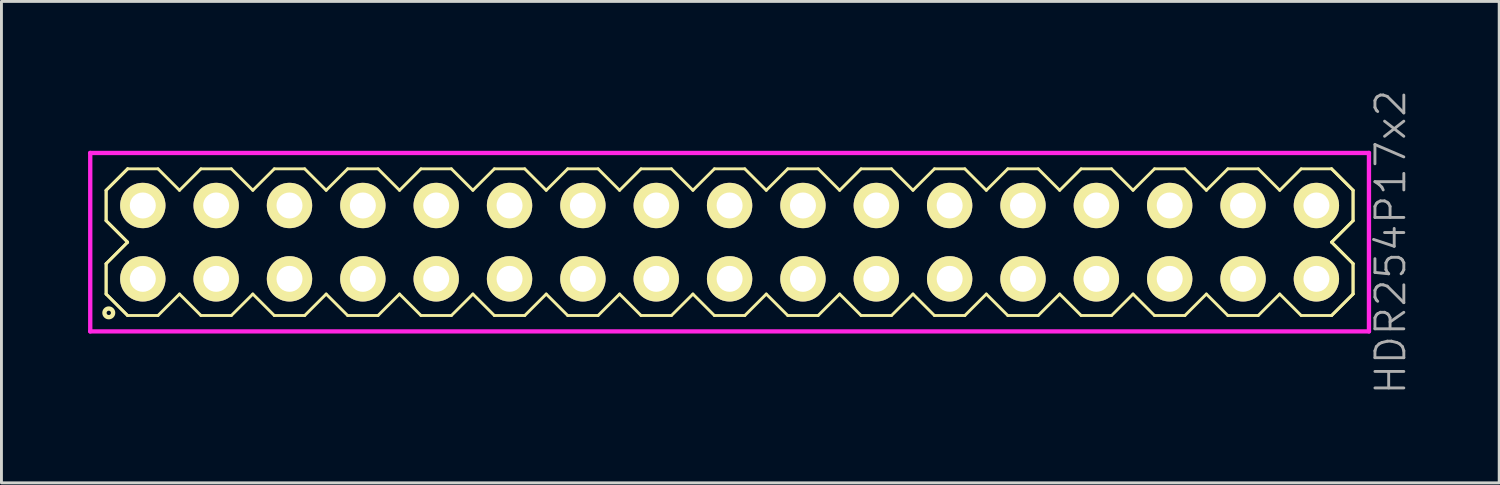
<source format=kicad_pcb>
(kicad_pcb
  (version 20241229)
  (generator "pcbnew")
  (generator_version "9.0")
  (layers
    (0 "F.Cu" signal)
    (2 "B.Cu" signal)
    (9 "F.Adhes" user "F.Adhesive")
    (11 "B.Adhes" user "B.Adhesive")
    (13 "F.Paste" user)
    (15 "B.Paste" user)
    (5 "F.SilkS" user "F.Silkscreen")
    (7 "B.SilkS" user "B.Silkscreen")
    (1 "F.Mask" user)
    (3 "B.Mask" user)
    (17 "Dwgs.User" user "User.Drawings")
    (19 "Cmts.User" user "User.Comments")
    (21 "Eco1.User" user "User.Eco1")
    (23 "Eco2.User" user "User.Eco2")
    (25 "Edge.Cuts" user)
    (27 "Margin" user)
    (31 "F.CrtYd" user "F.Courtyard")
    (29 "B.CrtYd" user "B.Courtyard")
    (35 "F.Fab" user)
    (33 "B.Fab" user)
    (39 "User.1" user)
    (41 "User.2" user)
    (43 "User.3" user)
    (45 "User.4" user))
  (footprint "HDR254P17x2"
    (layer "F.Cu")
    (at 22.215 5.336)
    (property "Reference" "HDR254P17x2" (at 22.89 0 90) (layer "F.Fab") (effects (font (size 1 1) (thickness 0.1))))
    (attr through_hole)
    (fp_line (start -21.59 -1.796) (end -20.846 -2.54) (stroke (width 0.1) (type solid)) (layer "F.SilkS"))
    (fp_line (start -21.59 -1.796) (end -20.846 -2.54) (stroke (width 0.1) (type solid)) (layer "F.SilkS"))
    (fp_line (start -21.59 -0.744) (end -21.59 -1.796) (stroke (width 0.1) (type solid)) (layer "F.SilkS"))
    (fp_line (start -21.59 -0.744) (end -21.59 -1.796) (stroke (width 0.1) (type solid)) (layer "F.SilkS"))
    (fp_line (start -21.59 0.744) (end -20.846 0) (stroke (width 0.1) (type solid)) (layer "F.SilkS"))
    (fp_line (start -21.59 0.744) (end -20.846 0) (stroke (width 0.1) (type solid)) (layer "F.SilkS"))
    (fp_line (start -21.59 1.796) (end -21.59 0.744) (stroke (width 0.1) (type solid)) (layer "F.SilkS"))
    (fp_line (start -21.59 1.796) (end -21.59 0.744) (stroke (width 0.1) (type solid)) (layer "F.SilkS"))
    (fp_line (start -20.846 -2.54) (end -19.794 -2.54) (stroke (width 0.1) (type solid)) (layer "F.SilkS"))
    (fp_line (start -20.846 0) (end -21.59 -0.744) (stroke (width 0.1) (type solid)) (layer "F.SilkS"))
    (fp_line (start -20.846 0) (end -21.59 -0.744) (stroke (width 0.1) (type solid)) (layer "F.SilkS"))
    (fp_line (start -20.846 2.54) (end -21.59 1.796) (stroke (width 0.1) (type solid)) (layer "F.SilkS"))
    (fp_line (start -20.846 2.54) (end -21.59 1.796) (stroke (width 0.1) (type solid)) (layer "F.SilkS"))
    (fp_line (start -19.794 -2.54) (end -19.05 -1.796) (stroke (width 0.1) (type solid)) (layer "F.SilkS"))
    (fp_line (start -19.794 2.54) (end -20.846 2.54) (stroke (width 0.1) (type solid)) (layer "F.SilkS"))
    (fp_line (start -19.05 -1.796) (end -18.306 -2.54) (stroke (width 0.1) (type solid)) (layer "F.SilkS"))
    (fp_line (start -19.05 1.796) (end -19.794 2.54) (stroke (width 0.1) (type solid)) (layer "F.SilkS"))
    (fp_line (start -18.306 -2.54) (end -17.254 -2.54) (stroke (width 0.1) (type solid)) (layer "F.SilkS"))
    (fp_line (start -18.306 2.54) (end -19.05 1.796) (stroke (width 0.1) (type solid)) (layer "F.SilkS"))
    (fp_line (start -17.254 -2.54) (end -16.51 -1.796) (stroke (width 0.1) (type solid)) (layer "F.SilkS"))
    (fp_line (start -17.254 2.54) (end -18.306 2.54) (stroke (width 0.1) (type solid)) (layer "F.SilkS"))
    (fp_line (start -16.51 -1.796) (end -15.766 -2.54) (stroke (width 0.1) (type solid)) (layer "F.SilkS"))
    (fp_line (start -16.51 1.796) (end -17.254 2.54) (stroke (width 0.1) (type solid)) (layer "F.SilkS"))
    (fp_line (start -15.766 -2.54) (end -14.714 -2.54) (stroke (width 0.1) (type solid)) (layer "F.SilkS"))
    (fp_line (start -15.766 2.54) (end -16.51 1.796) (stroke (width 0.1) (type solid)) (layer "F.SilkS"))
    (fp_line (start -14.714 -2.54) (end -13.97 -1.796) (stroke (width 0.1) (type solid)) (layer "F.SilkS"))
    (fp_line (start -14.714 2.54) (end -15.766 2.54) (stroke (width 0.1) (type solid)) (layer "F.SilkS"))
    (fp_line (start -13.97 -1.796) (end -13.226 -2.54) (stroke (width 0.1) (type solid)) (layer "F.SilkS"))
    (fp_line (start -13.97 1.796) (end -14.714 2.54) (stroke (width 0.1) (type solid)) (layer "F.SilkS"))
    (fp_line (start -13.226 -2.54) (end -12.174 -2.54) (stroke (width 0.1) (type solid)) (layer "F.SilkS"))
    (fp_line (start -13.226 2.54) (end -13.97 1.796) (stroke (width 0.1) (type solid)) (layer "F.SilkS"))
    (fp_line (start -12.174 -2.54) (end -11.43 -1.796) (stroke (width 0.1) (type solid)) (layer "F.SilkS"))
    (fp_line (start -12.174 2.54) (end -13.226 2.54) (stroke (width 0.1) (type solid)) (layer "F.SilkS"))
    (fp_line (start -11.43 -1.796) (end -10.686 -2.54) (stroke (width 0.1) (type solid)) (layer "F.SilkS"))
    (fp_line (start -11.43 1.796) (end -12.174 2.54) (stroke (width 0.1) (type solid)) (layer "F.SilkS"))
    (fp_line (start -10.686 -2.54) (end -9.634 -2.54) (stroke (width 0.1) (type solid)) (layer "F.SilkS"))
    (fp_line (start -10.686 2.54) (end -11.43 1.796) (stroke (width 0.1) (type solid)) (layer "F.SilkS"))
    (fp_line (start -9.634 -2.54) (end -8.89 -1.796) (stroke (width 0.1) (type solid)) (layer "F.SilkS"))
    (fp_line (start -9.634 2.54) (end -10.686 2.54) (stroke (width 0.1) (type solid)) (layer "F.SilkS"))
    (fp_line (start -8.89 -1.796) (end -8.146 -2.54) (stroke (width 0.1) (type solid)) (layer "F.SilkS"))
    (fp_line (start -8.89 1.796) (end -9.634 2.54) (stroke (width 0.1) (type solid)) (layer "F.SilkS"))
    (fp_line (start -8.146 -2.54) (end -7.094 -2.54) (stroke (width 0.1) (type solid)) (layer "F.SilkS"))
    (fp_line (start -8.146 2.54) (end -8.89 1.796) (stroke (width 0.1) (type solid)) (layer "F.SilkS"))
    (fp_line (start -7.094 -2.54) (end -6.35 -1.796) (stroke (width 0.1) (type solid)) (layer "F.SilkS"))
    (fp_line (start -7.094 2.54) (end -8.146 2.54) (stroke (width 0.1) (type solid)) (layer "F.SilkS"))
    (fp_line (start -6.35 -1.796) (end -5.606 -2.54) (stroke (width 0.1) (type solid)) (layer "F.SilkS"))
    (fp_line (start -6.35 1.796) (end -7.094 2.54) (stroke (width 0.1) (type solid)) (layer "F.SilkS"))
    (fp_line (start -5.606 -2.54) (end -4.554 -2.54) (stroke (width 0.1) (type solid)) (layer "F.SilkS"))
    (fp_line (start -5.606 2.54) (end -6.35 1.796) (stroke (width 0.1) (type solid)) (layer "F.SilkS"))
    (fp_line (start -4.554 -2.54) (end -3.81 -1.796) (stroke (width 0.1) (type solid)) (layer "F.SilkS"))
    (fp_line (start -4.554 2.54) (end -5.606 2.54) (stroke (width 0.1) (type solid)) (layer "F.SilkS"))
    (fp_line (start -3.81 -1.796) (end -3.066 -2.54) (stroke (width 0.1) (type solid)) (layer "F.SilkS"))
    (fp_line (start -3.81 1.796) (end -4.554 2.54) (stroke (width 0.1) (type solid)) (layer "F.SilkS"))
    (fp_line (start -3.066 -2.54) (end -2.014 -2.54) (stroke (width 0.1) (type solid)) (layer "F.SilkS"))
    (fp_line (start -3.066 2.54) (end -3.81 1.796) (stroke (width 0.1) (type solid)) (layer "F.SilkS"))
    (fp_line (start -2.014 -2.54) (end -1.27 -1.796) (stroke (width 0.1) (type solid)) (layer "F.SilkS"))
    (fp_line (start -2.014 2.54) (end -3.066 2.54) (stroke (width 0.1) (type solid)) (layer "F.SilkS"))
    (fp_line (start -1.27 -1.796) (end -0.526 -2.54) (stroke (width 0.1) (type solid)) (layer "F.SilkS"))
    (fp_line (start -1.27 1.796) (end -2.014 2.54) (stroke (width 0.1) (type solid)) (layer "F.SilkS"))
    (fp_line (start -0.526 -2.54) (end 0.526 -2.54) (stroke (width 0.1) (type solid)) (layer "F.SilkS"))
    (fp_line (start -0.526 2.54) (end -1.27 1.796) (stroke (width 0.1) (type solid)) (layer "F.SilkS"))
    (fp_line (start 0.526 -2.54) (end 1.27 -1.796) (stroke (width 0.1) (type solid)) (layer "F.SilkS"))
    (fp_line (start 0.526 2.54) (end -0.526 2.54) (stroke (width 0.1) (type solid)) (layer "F.SilkS"))
    (fp_line (start 1.27 -1.796) (end 2.014 -2.54) (stroke (width 0.1) (type solid)) (layer "F.SilkS"))
    (fp_line (start 1.27 1.796) (end 0.526 2.54) (stroke (width 0.1) (type solid)) (layer "F.SilkS"))
    (fp_line (start 2.014 -2.54) (end 3.066 -2.54) (stroke (width 0.1) (type solid)) (layer "F.SilkS"))
    (fp_line (start 2.014 2.54) (end 1.27 1.796) (stroke (width 0.1) (type solid)) (layer "F.SilkS"))
    (fp_line (start 3.066 -2.54) (end 3.81 -1.796) (stroke (width 0.1) (type solid)) (layer "F.SilkS"))
    (fp_line (start 3.066 2.54) (end 2.014 2.54) (stroke (width 0.1) (type solid)) (layer "F.SilkS"))
    (fp_line (start 3.81 -1.796) (end 4.554 -2.54) (stroke (width 0.1) (type solid)) (layer "F.SilkS"))
    (fp_line (start 3.81 1.796) (end 3.066 2.54) (stroke (width 0.1) (type solid)) (layer "F.SilkS"))
    (fp_line (start 4.554 -2.54) (end 5.606 -2.54) (stroke (width 0.1) (type solid)) (layer "F.SilkS"))
    (fp_line (start 4.554 2.54) (end 3.81 1.796) (stroke (width 0.1) (type solid)) (layer "F.SilkS"))
    (fp_line (start 5.606 -2.54) (end 6.35 -1.796) (stroke (width 0.1) (type solid)) (layer "F.SilkS"))
    (fp_line (start 5.606 2.54) (end 4.554 2.54) (stroke (width 0.1) (type solid)) (layer "F.SilkS"))
    (fp_line (start 6.35 -1.796) (end 7.094 -2.54) (stroke (width 0.1) (type solid)) (layer "F.SilkS"))
    (fp_line (start 6.35 1.796) (end 5.606 2.54) (stroke (width 0.1) (type solid)) (layer "F.SilkS"))
    (fp_line (start 7.094 -2.54) (end 8.146 -2.54) (stroke (width 0.1) (type solid)) (layer "F.SilkS"))
    (fp_line (start 7.094 2.54) (end 6.35 1.796) (stroke (width 0.1) (type solid)) (layer "F.SilkS"))
    (fp_line (start 8.146 -2.54) (end 8.89 -1.796) (stroke (width 0.1) (type solid)) (layer "F.SilkS"))
    (fp_line (start 8.146 2.54) (end 7.094 2.54) (stroke (width 0.1) (type solid)) (layer "F.SilkS"))
    (fp_line (start 8.89 -1.796) (end 9.634 -2.54) (stroke (width 0.1) (type solid)) (layer "F.SilkS"))
    (fp_line (start 8.89 1.796) (end 8.146 2.54) (stroke (width 0.1) (type solid)) (layer "F.SilkS"))
    (fp_line (start 9.634 -2.54) (end 10.686 -2.54) (stroke (width 0.1) (type solid)) (layer "F.SilkS"))
    (fp_line (start 9.634 2.54) (end 8.89 1.796) (stroke (width 0.1) (type solid)) (layer "F.SilkS"))
    (fp_line (start 10.686 -2.54) (end 11.43 -1.796) (stroke (width 0.1) (type solid)) (layer "F.SilkS"))
    (fp_line (start 10.686 2.54) (end 9.634 2.54) (stroke (width 0.1) (type solid)) (layer "F.SilkS"))
    (fp_line (start 11.43 -1.796) (end 12.174 -2.54) (stroke (width 0.1) (type solid)) (layer "F.SilkS"))
    (fp_line (start 11.43 1.796) (end 10.686 2.54) (stroke (width 0.1) (type solid)) (layer "F.SilkS"))
    (fp_line (start 12.174 -2.54) (end 13.226 -2.54) (stroke (width 0.1) (type solid)) (layer "F.SilkS"))
    (fp_line (start 12.174 2.54) (end 11.43 1.796) (stroke (width 0.1) (type solid)) (layer "F.SilkS"))
    (fp_line (start 13.226 -2.54) (end 13.97 -1.796) (stroke (width 0.1) (type solid)) (layer "F.SilkS"))
    (fp_line (start 13.226 2.54) (end 12.174 2.54) (stroke (width 0.1) (type solid)) (layer "F.SilkS"))
    (fp_line (start 13.97 -1.796) (end 14.714 -2.54) (stroke (width 0.1) (type solid)) (layer "F.SilkS"))
    (fp_line (start 13.97 1.796) (end 13.226 2.54) (stroke (width 0.1) (type solid)) (layer "F.SilkS"))
    (fp_line (start 14.714 -2.54) (end 15.766 -2.54) (stroke (width 0.1) (type solid)) (layer "F.SilkS"))
    (fp_line (start 14.714 2.54) (end 13.97 1.796) (stroke (width 0.1) (type solid)) (layer "F.SilkS"))
    (fp_line (start 15.766 -2.54) (end 16.51 -1.796) (stroke (width 0.1) (type solid)) (layer "F.SilkS"))
    (fp_line (start 15.766 2.54) (end 14.714 2.54) (stroke (width 0.1) (type solid)) (layer "F.SilkS"))
    (fp_line (start 16.51 -1.796) (end 17.254 -2.54) (stroke (width 0.1) (type solid)) (layer "F.SilkS"))
    (fp_line (start 16.51 1.796) (end 15.766 2.54) (stroke (width 0.1) (type solid)) (layer "F.SilkS"))
    (fp_line (start 17.254 -2.54) (end 18.306 -2.54) (stroke (width 0.1) (type solid)) (layer "F.SilkS"))
    (fp_line (start 17.254 2.54) (end 16.51 1.796) (stroke (width 0.1) (type solid)) (layer "F.SilkS"))
    (fp_line (start 18.306 -2.54) (end 19.05 -1.796) (stroke (width 0.1) (type solid)) (layer "F.SilkS"))
    (fp_line (start 18.306 2.54) (end 17.254 2.54) (stroke (width 0.1) (type solid)) (layer "F.SilkS"))
    (fp_line (start 19.05 -1.796) (end 19.794 -2.54) (stroke (width 0.1) (type solid)) (layer "F.SilkS"))
    (fp_line (start 19.05 1.796) (end 18.306 2.54) (stroke (width 0.1) (type solid)) (layer "F.SilkS"))
    (fp_line (start 19.794 -2.54) (end 20.846 -2.54) (stroke (width 0.1) (type solid)) (layer "F.SilkS"))
    (fp_line (start 19.794 2.54) (end 19.05 1.796) (stroke (width 0.1) (type solid)) (layer "F.SilkS"))
    (fp_line (start 20.846 -2.54) (end 21.59 -1.796) (stroke (width 0.1) (type solid)) (layer "F.SilkS"))
    (fp_line (start 20.846 -2.54) (end 21.59 -1.796) (stroke (width 0.1) (type solid)) (layer "F.SilkS"))
    (fp_line (start 20.846 0) (end 21.59 0.744) (stroke (width 0.1) (type solid)) (layer "F.SilkS"))
    (fp_line (start 20.846 0) (end 21.59 0.744) (stroke (width 0.1) (type solid)) (layer "F.SilkS"))
    (fp_line (start 20.846 2.54) (end 19.794 2.54) (stroke (width 0.1) (type solid)) (layer "F.SilkS"))
    (fp_line (start 21.59 -1.796) (end 21.59 -0.744) (stroke (width 0.1) (type solid)) (layer "F.SilkS"))
    (fp_line (start 21.59 -1.796) (end 21.59 -0.744) (stroke (width 0.1) (type solid)) (layer "F.SilkS"))
    (fp_line (start 21.59 -0.744) (end 20.846 0) (stroke (width 0.1) (type solid)) (layer "F.SilkS"))
    (fp_line (start 21.59 -0.744) (end 20.846 0) (stroke (width 0.1) (type solid)) (layer "F.SilkS"))
    (fp_line (start 21.59 0.744) (end 21.59 1.796) (stroke (width 0.1) (type solid)) (layer "F.SilkS"))
    (fp_line (start 21.59 0.744) (end 21.59 1.796) (stroke (width 0.1) (type solid)) (layer "F.SilkS"))
    (fp_line (start 21.59 1.796) (end 20.846 2.54) (stroke (width 0.1) (type solid)) (layer "F.SilkS"))
    (fp_line (start 21.59 1.796) (end 20.846 2.54) (stroke (width 0.1) (type solid)) (layer "F.SilkS"))
    (fp_circle (center -21.498 2.448) (end -21.348 2.448) (stroke (width 0.15) (type solid)) (fill no) (layer "F.SilkS"))
    (fp_line (start -22.14 -3.09) (end -22.14 3.09) (stroke (width 0.15) (type solid)) (layer "F.CrtYd"))
    (fp_line (start -22.14 3.09) (end 22.14 3.09) (stroke (width 0.15) (type solid)) (layer "F.CrtYd"))
    (fp_line (start 22.14 -3.09) (end -22.14 -3.09) (stroke (width 0.15) (type solid)) (layer "F.CrtYd"))
    (fp_line (start 22.14 3.09) (end 22.14 -3.09) (stroke (width 0.15) (type solid)) (layer "F.CrtYd"))
    (pad "1" thru_hole oval (at -20.32 1.27) (size 1.57 1.57) (drill 0.9) (layers "*.Cu" "*.Mask" "F.SilkS"))
    (pad "2" thru_hole oval (at -20.32 -1.27) (size 1.57 1.57) (drill 0.9) (layers "*.Cu" "*.Mask" "F.SilkS"))
    (pad "3" thru_hole oval (at -17.78 1.27) (size 1.57 1.57) (drill 0.9) (layers "*.Cu" "*.Mask" "F.SilkS"))
    (pad "4" thru_hole oval (at -17.78 -1.27) (size 1.57 1.57) (drill 0.9) (layers "*.Cu" "*.Mask" "F.SilkS"))
    (pad "5" thru_hole oval (at -15.24 1.27) (size 1.57 1.57) (drill 0.9) (layers "*.Cu" "*.Mask" "F.SilkS"))
    (pad "6" thru_hole oval (at -15.24 -1.27) (size 1.57 1.57) (drill 0.9) (layers "*.Cu" "*.Mask" "F.SilkS"))
    (pad "7" thru_hole oval (at -12.7 1.27) (size 1.57 1.57) (drill 0.9) (layers "*.Cu" "*.Mask" "F.SilkS"))
    (pad "8" thru_hole oval (at -12.7 -1.27) (size 1.57 1.57) (drill 0.9) (layers "*.Cu" "*.Mask" "F.SilkS"))
    (pad "9" thru_hole oval (at -10.16 1.27) (size 1.57 1.57) (drill 0.9) (layers "*.Cu" "*.Mask" "F.SilkS"))
    (pad "10" thru_hole oval (at -10.16 -1.27) (size 1.57 1.57) (drill 0.9) (layers "*.Cu" "*.Mask" "F.SilkS"))
    (pad "11" thru_hole oval (at -7.62 1.27) (size 1.57 1.57) (drill 0.9) (layers "*.Cu" "*.Mask" "F.SilkS"))
    (pad "12" thru_hole oval (at -7.62 -1.27) (size 1.57 1.57) (drill 0.9) (layers "*.Cu" "*.Mask" "F.SilkS"))
    (pad "13" thru_hole oval (at -5.08 1.27) (size 1.57 1.57) (drill 0.9) (layers "*.Cu" "*.Mask" "F.SilkS"))
    (pad "14" thru_hole oval (at -5.08 -1.27) (size 1.57 1.57) (drill 0.9) (layers "*.Cu" "*.Mask" "F.SilkS"))
    (pad "15" thru_hole oval (at -2.54 1.27) (size 1.57 1.57) (drill 0.9) (layers "*.Cu" "*.Mask" "F.SilkS"))
    (pad "16" thru_hole oval (at -2.54 -1.27) (size 1.57 1.57) (drill 0.9) (layers "*.Cu" "*.Mask" "F.SilkS"))
    (pad "17" thru_hole oval (at 0 1.27) (size 1.57 1.57) (drill 0.9) (layers "*.Cu" "*.Mask" "F.SilkS"))
    (pad "18" thru_hole oval (at 0 -1.27) (size 1.57 1.57) (drill 0.9) (layers "*.Cu" "*.Mask" "F.SilkS"))
    (pad "19" thru_hole oval (at 2.54 1.27) (size 1.57 1.57) (drill 0.9) (layers "*.Cu" "*.Mask" "F.SilkS"))
    (pad "20" thru_hole oval (at 2.54 -1.27) (size 1.57 1.57) (drill 0.9) (layers "*.Cu" "*.Mask" "F.SilkS"))
    (pad "21" thru_hole oval (at 5.08 1.27) (size 1.57 1.57) (drill 0.9) (layers "*.Cu" "*.Mask" "F.SilkS"))
    (pad "22" thru_hole oval (at 5.08 -1.27) (size 1.57 1.57) (drill 0.9) (layers "*.Cu" "*.Mask" "F.SilkS"))
    (pad "23" thru_hole oval (at 7.62 1.27) (size 1.57 1.57) (drill 0.9) (layers "*.Cu" "*.Mask" "F.SilkS"))
    (pad "24" thru_hole oval (at 7.62 -1.27) (size 1.57 1.57) (drill 0.9) (layers "*.Cu" "*.Mask" "F.SilkS"))
    (pad "25" thru_hole oval (at 10.16 1.27) (size 1.57 1.57) (drill 0.9) (layers "*.Cu" "*.Mask" "F.SilkS"))
    (pad "26" thru_hole oval (at 10.16 -1.27) (size 1.57 1.57) (drill 0.9) (layers "*.Cu" "*.Mask" "F.SilkS"))
    (pad "27" thru_hole oval (at 12.7 1.27) (size 1.57 1.57) (drill 0.9) (layers "*.Cu" "*.Mask" "F.SilkS"))
    (pad "28" thru_hole oval (at 12.7 -1.27) (size 1.57 1.57) (drill 0.9) (layers "*.Cu" "*.Mask" "F.SilkS"))
    (pad "29" thru_hole oval (at 15.24 1.27) (size 1.57 1.57) (drill 0.9) (layers "*.Cu" "*.Mask" "F.SilkS"))
    (pad "30" thru_hole oval (at 15.24 -1.27) (size 1.57 1.57) (drill 0.9) (layers "*.Cu" "*.Mask" "F.SilkS"))
    (pad "31" thru_hole oval (at 17.78 1.27) (size 1.57 1.57) (drill 0.9) (layers "*.Cu" "*.Mask" "F.SilkS"))
    (pad "32" thru_hole oval (at 17.78 -1.27) (size 1.57 1.57) (drill 0.9) (layers "*.Cu" "*.Mask" "F.SilkS"))
    (pad "33" thru_hole oval (at 20.32 1.27) (size 1.57 1.57) (drill 0.9) (layers "*.Cu" "*.Mask" "F.SilkS"))
    (pad "34" thru_hole oval (at 20.32 -1.27) (size 1.57 1.57) (drill 0.9) (layers "*.Cu" "*.Mask" "F.SilkS")))
  (gr_rect
    (start -3 -3)
    (end 48.865 13.671)
    (stroke (width 0.1) (type default))
    (fill no)
    (layer "Edge.Cuts")))
</source>
